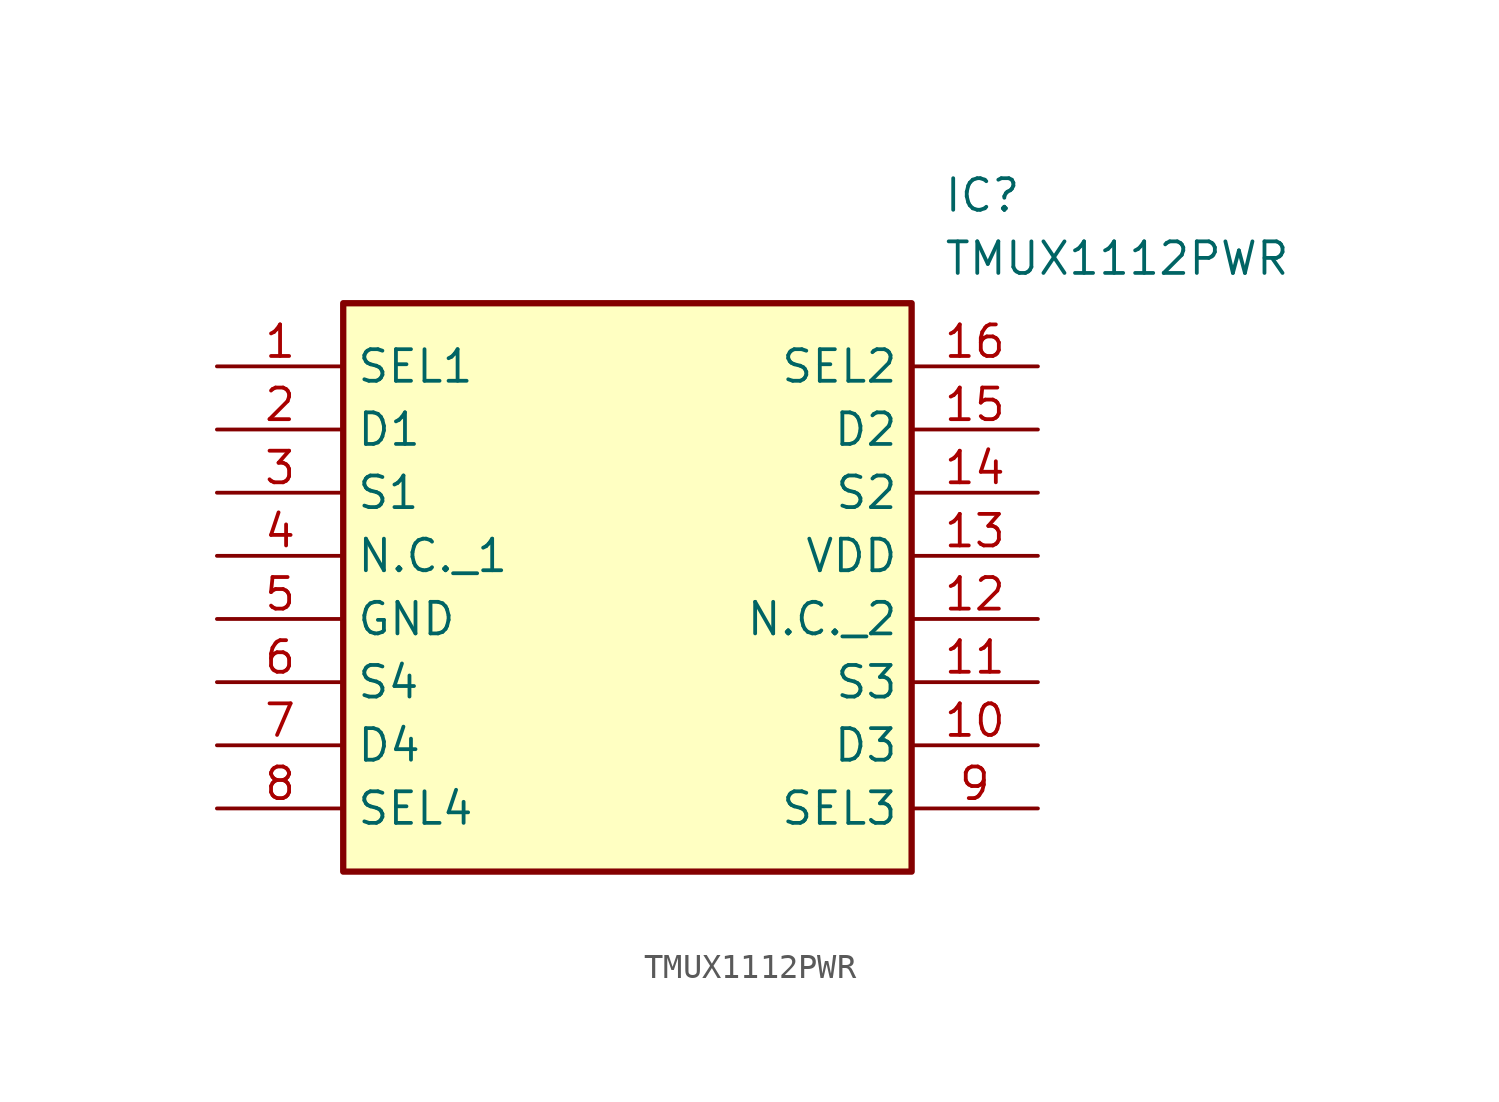
<source format=kicad_sym>
(kicad_symbol_lib
  (version 20211014)
  (generator SamacSys_ECAD_Model)
  (symbol "TMUX1112PWR"
    (property "Reference" "IC"
      (at 29.21 7.62 0)
      (effects (font (size 1.27 1.27)) (justify left top)))
    (property "Value" "TMUX1112PWR"
      (at 29.21 5.08 0)
      (effects (font (size 1.27 1.27)) (justify left top)))
    (rectangle
      (start 5.08 2.54)
      (end 27.94 -20.32)
      (stroke (width 0.254) (type default))
      (fill (type background)))
    (pin passive line
      (at 0 0 0)
      (length 5.08)
      (name "SEL1" (effects (font (size 1.27 1.27))))
      (number "1" (effects (font (size 1.27 1.27)))))
    (pin passive line
      (at 0 -2.54 0)
      (length 5.08)
      (name "D1" (effects (font (size 1.27 1.27))))
      (number "2" (effects (font (size 1.27 1.27)))))
    (pin passive line
      (at 0 -5.08 0)
      (length 5.08)
      (name "S1" (effects (font (size 1.27 1.27))))
      (number "3" (effects (font (size 1.27 1.27)))))
    (pin passive line
      (at 0 -7.62 0)
      (length 5.08)
      (name "N.C._1" (effects (font (size 1.27 1.27))))
      (number "4" (effects (font (size 1.27 1.27)))))
    (pin passive line
      (at 0 -10.16 0)
      (length 5.08)
      (name "GND" (effects (font (size 1.27 1.27))))
      (number "5" (effects (font (size 1.27 1.27)))))
    (pin passive line
      (at 0 -12.7 0)
      (length 5.08)
      (name "S4" (effects (font (size 1.27 1.27))))
      (number "6" (effects (font (size 1.27 1.27)))))
    (pin passive line
      (at 0 -15.24 0)
      (length 5.08)
      (name "D4" (effects (font (size 1.27 1.27))))
      (number "7" (effects (font (size 1.27 1.27)))))
    (pin passive line
      (at 0 -17.78 0)
      (length 5.08)
      (name "SEL4" (effects (font (size 1.27 1.27))))
      (number "8" (effects (font (size 1.27 1.27)))))
    (pin passive line
      (at 33.02 0 180)
      (length 5.08)
      (name "SEL2" (effects (font (size 1.27 1.27))))
      (number "16" (effects (font (size 1.27 1.27)))))
    (pin passive line
      (at 33.02 -2.54 180)
      (length 5.08)
      (name "D2" (effects (font (size 1.27 1.27))))
      (number "15" (effects (font (size 1.27 1.27)))))
    (pin passive line
      (at 33.02 -5.08 180)
      (length 5.08)
      (name "S2" (effects (font (size 1.27 1.27))))
      (number "14" (effects (font (size 1.27 1.27)))))
    (pin passive line
      (at 33.02 -7.62 180)
      (length 5.08)
      (name "VDD" (effects (font (size 1.27 1.27))))
      (number "13" (effects (font (size 1.27 1.27)))))
    (pin passive line
      (at 33.02 -10.16 180)
      (length 5.08)
      (name "N.C._2" (effects (font (size 1.27 1.27))))
      (number "12" (effects (font (size 1.27 1.27)))))
    (pin passive line
      (at 33.02 -12.7 180)
      (length 5.08)
      (name "S3" (effects (font (size 1.27 1.27))))
      (number "11" (effects (font (size 1.27 1.27)))))
    (pin passive line
      (at 33.02 -15.24 180)
      (length 5.08)
      (name "D3" (effects (font (size 1.27 1.27))))
      (number "10" (effects (font (size 1.27 1.27)))))
    (pin passive line
      (at 33.02 -17.78 180)
      (length 5.08)
      (name "SEL3" (effects (font (size 1.27 1.27))))
      (number "9" (effects (font (size 1.27 1.27)))))))
</source>
